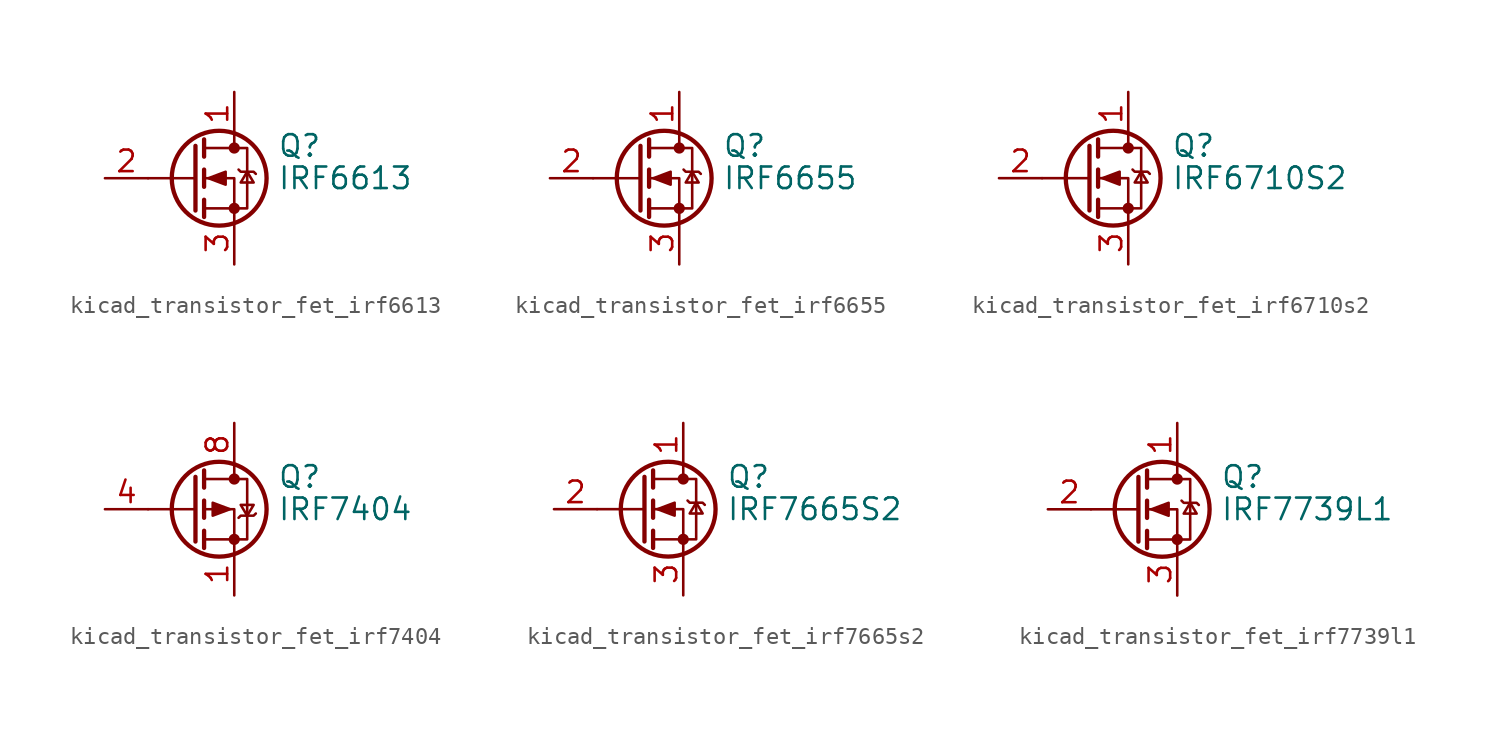
<source format=kicad_sym>
(kicad_symbol_lib
  (version 20220914)
  (generator kicad_symbol_editor)
  (symbol "kicad_transistor_fet_irf6613"
    (pin_names hide)
    (property "Reference" "Q"
      (at 5.08 1.905 0)
      (effects (font (size 1.27 1.27)) (justify left)))
    (property "Value" "IRF6613"
      (at 5.08 0 0)
      (effects (font (size 1.27 1.27)) (justify left)))
    (symbol "kicad_transistor_fet_irf6613_0_1"
      (polyline (pts (xy 0.254 0) (xy -2.54 0)) (stroke (width 0) (type default)) (fill (type none)))
      (polyline (pts (xy 0.254 1.905) (xy 0.254 -1.905)) (stroke (width 0.254) (type default)) (fill (type none)))
      (polyline (pts (xy 0.762 -1.27) (xy 0.762 -2.286)) (stroke (width 0.254) (type default)) (fill (type none)))
      (polyline (pts (xy 0.762 0.508) (xy 0.762 -0.508)) (stroke (width 0.254) (type default)) (fill (type none)))
      (polyline (pts (xy 0.762 2.286) (xy 0.762 1.27)) (stroke (width 0.254) (type default)) (fill (type none)))
      (polyline (pts (xy 2.54 2.54) (xy 2.54 1.778)) (stroke (width 0) (type default)) (fill (type none)))
      (polyline (pts (xy 2.54 -2.54) (xy 2.54 0) (xy 0.762 0)) (stroke (width 0) (type default)) (fill (type none)))
      (polyline (pts (xy 0.762 -1.778) (xy 3.302 -1.778) (xy 3.302 1.778) (xy 0.762 1.778)) (stroke (width 0) (type default)) (fill (type none)))
      (polyline (pts (xy 1.016 0) (xy 2.032 0.381) (xy 2.032 -0.381) (xy 1.016 0)) (stroke (width 0) (type default)) (fill (type outline)))
      (polyline (pts (xy 2.794 0.508) (xy 2.921 0.381) (xy 3.683 0.381) (xy 3.81 0.254)) (stroke (width 0) (type default)) (fill (type none)))
      (polyline (pts (xy 3.302 0.381) (xy 2.921 -0.254) (xy 3.683 -0.254) (xy 3.302 0.381)) (stroke (width 0) (type default)) (fill (type none)))
      (circle (center 1.651 0) (radius 2.794) (stroke (width 0.254) (type default)) (fill (type none)))
      (circle (center 2.54 -1.778) (radius 0.254) (stroke (width 0) (type default)) (fill (type outline)))
      (circle (center 2.54 1.778) (radius 0.254) (stroke (width 0) (type default)) (fill (type outline))))
    (symbol "kicad_transistor_fet_irf6613_1_1"
      (pin passive line (at 2.54 5.08 270) (length 2.54) (name "D" (effects (font (size 1.27 1.27)))) (number "1" (effects (font (size 1.27 1.27)))))
      (pin input line (at -5.08 0 0) (length 2.54) (name "G" (effects (font (size 1.27 1.27)))) (number "2" (effects (font (size 1.27 1.27)))))
      (pin passive line (at 2.54 -5.08 90) (length 2.54) (name "S" (effects (font (size 1.27 1.27)))) (number "3" (effects (font (size 1.27 1.27)))))))
  (symbol "kicad_transistor_fet_irf6655"
    (pin_names hide)
    (property "Reference" "Q"
      (at 5.08 1.905 0)
      (effects (font (size 1.27 1.27)) (justify left)))
    (property "Value" "IRF6655"
      (at 5.08 0 0)
      (effects (font (size 1.27 1.27)) (justify left)))
    (symbol "kicad_transistor_fet_irf6655_0_1"
      (polyline (pts (xy 0.254 0) (xy -2.54 0)) (stroke (width 0) (type default)) (fill (type none)))
      (polyline (pts (xy 0.254 1.905) (xy 0.254 -1.905)) (stroke (width 0.254) (type default)) (fill (type none)))
      (polyline (pts (xy 0.762 -1.27) (xy 0.762 -2.286)) (stroke (width 0.254) (type default)) (fill (type none)))
      (polyline (pts (xy 0.762 0.508) (xy 0.762 -0.508)) (stroke (width 0.254) (type default)) (fill (type none)))
      (polyline (pts (xy 0.762 2.286) (xy 0.762 1.27)) (stroke (width 0.254) (type default)) (fill (type none)))
      (polyline (pts (xy 2.54 2.54) (xy 2.54 1.778)) (stroke (width 0) (type default)) (fill (type none)))
      (polyline (pts (xy 2.54 -2.54) (xy 2.54 0) (xy 0.762 0)) (stroke (width 0) (type default)) (fill (type none)))
      (polyline (pts (xy 0.762 -1.778) (xy 3.302 -1.778) (xy 3.302 1.778) (xy 0.762 1.778)) (stroke (width 0) (type default)) (fill (type none)))
      (polyline (pts (xy 1.016 0) (xy 2.032 0.381) (xy 2.032 -0.381) (xy 1.016 0)) (stroke (width 0) (type default)) (fill (type outline)))
      (polyline (pts (xy 2.794 0.508) (xy 2.921 0.381) (xy 3.683 0.381) (xy 3.81 0.254)) (stroke (width 0) (type default)) (fill (type none)))
      (polyline (pts (xy 3.302 0.381) (xy 2.921 -0.254) (xy 3.683 -0.254) (xy 3.302 0.381)) (stroke (width 0) (type default)) (fill (type none)))
      (circle (center 1.651 0) (radius 2.794) (stroke (width 0.254) (type default)) (fill (type none)))
      (circle (center 2.54 -1.778) (radius 0.254) (stroke (width 0) (type default)) (fill (type outline)))
      (circle (center 2.54 1.778) (radius 0.254) (stroke (width 0) (type default)) (fill (type outline))))
    (symbol "kicad_transistor_fet_irf6655_1_1"
      (pin passive line (at 2.54 5.08 270) (length 2.54) (name "D" (effects (font (size 1.27 1.27)))) (number "1" (effects (font (size 1.27 1.27)))))
      (pin input line (at -5.08 0 0) (length 2.54) (name "G" (effects (font (size 1.27 1.27)))) (number "2" (effects (font (size 1.27 1.27)))))
      (pin passive line (at 2.54 -5.08 90) (length 2.54) (name "S" (effects (font (size 1.27 1.27)))) (number "3" (effects (font (size 1.27 1.27)))))))
  (symbol "kicad_transistor_fet_irf6710s2"
    (pin_names hide)
    (property "Reference" "Q"
      (at 5.08 1.905 0)
      (effects (font (size 1.27 1.27)) (justify left)))
    (property "Value" "IRF6710S2"
      (at 5.08 0 0)
      (effects (font (size 1.27 1.27)) (justify left)))
    (symbol "kicad_transistor_fet_irf6710s2_0_1"
      (polyline (pts (xy 0.254 0) (xy -2.54 0)) (stroke (width 0) (type default)) (fill (type none)))
      (polyline (pts (xy 0.254 1.905) (xy 0.254 -1.905)) (stroke (width 0.254) (type default)) (fill (type none)))
      (polyline (pts (xy 0.762 -1.27) (xy 0.762 -2.286)) (stroke (width 0.254) (type default)) (fill (type none)))
      (polyline (pts (xy 0.762 0.508) (xy 0.762 -0.508)) (stroke (width 0.254) (type default)) (fill (type none)))
      (polyline (pts (xy 0.762 2.286) (xy 0.762 1.27)) (stroke (width 0.254) (type default)) (fill (type none)))
      (polyline (pts (xy 2.54 2.54) (xy 2.54 1.778)) (stroke (width 0) (type default)) (fill (type none)))
      (polyline (pts (xy 2.54 -2.54) (xy 2.54 0) (xy 0.762 0)) (stroke (width 0) (type default)) (fill (type none)))
      (polyline (pts (xy 0.762 -1.778) (xy 3.302 -1.778) (xy 3.302 1.778) (xy 0.762 1.778)) (stroke (width 0) (type default)) (fill (type none)))
      (polyline (pts (xy 1.016 0) (xy 2.032 0.381) (xy 2.032 -0.381) (xy 1.016 0)) (stroke (width 0) (type default)) (fill (type outline)))
      (polyline (pts (xy 2.794 0.508) (xy 2.921 0.381) (xy 3.683 0.381) (xy 3.81 0.254)) (stroke (width 0) (type default)) (fill (type none)))
      (polyline (pts (xy 3.302 0.381) (xy 2.921 -0.254) (xy 3.683 -0.254) (xy 3.302 0.381)) (stroke (width 0) (type default)) (fill (type none)))
      (circle (center 1.651 0) (radius 2.794) (stroke (width 0.254) (type default)) (fill (type none)))
      (circle (center 2.54 -1.778) (radius 0.254) (stroke (width 0) (type default)) (fill (type outline)))
      (circle (center 2.54 1.778) (radius 0.254) (stroke (width 0) (type default)) (fill (type outline))))
    (symbol "kicad_transistor_fet_irf6710s2_1_1"
      (pin passive line (at 2.54 5.08 270) (length 2.54) (name "D" (effects (font (size 1.27 1.27)))) (number "1" (effects (font (size 1.27 1.27)))))
      (pin input line (at -5.08 0 0) (length 2.54) (name "G" (effects (font (size 1.27 1.27)))) (number "2" (effects (font (size 1.27 1.27)))))
      (pin passive line (at 2.54 -5.08 90) (length 2.54) (name "S" (effects (font (size 1.27 1.27)))) (number "3" (effects (font (size 1.27 1.27)))))))
  (symbol "kicad_transistor_fet_irf7404"
    (pin_names hide)
    (property "Reference" "Q"
      (at 5.08 1.905 0)
      (effects (font (size 1.27 1.27)) (justify left)))
    (property "Value" "IRF7404"
      (at 5.08 0 0)
      (effects (font (size 1.27 1.27)) (justify left)))
    (symbol "kicad_transistor_fet_irf7404_0_1"
      (polyline (pts (xy 0.254 0) (xy -2.54 0)) (stroke (width 0) (type default)) (fill (type none)))
      (polyline (pts (xy 0.254 1.905) (xy 0.254 -1.905)) (stroke (width 0.254) (type default)) (fill (type none)))
      (polyline (pts (xy 0.762 -1.27) (xy 0.762 -2.286)) (stroke (width 0.254) (type default)) (fill (type none)))
      (polyline (pts (xy 0.762 0.508) (xy 0.762 -0.508)) (stroke (width 0.254) (type default)) (fill (type none)))
      (polyline (pts (xy 0.762 2.286) (xy 0.762 1.27)) (stroke (width 0.254) (type default)) (fill (type none)))
      (polyline (pts (xy 2.54 2.54) (xy 2.54 1.778)) (stroke (width 0) (type default)) (fill (type none)))
      (polyline (pts (xy 2.54 -2.54) (xy 2.54 0) (xy 0.762 0)) (stroke (width 0) (type default)) (fill (type none)))
      (polyline (pts (xy 0.762 1.778) (xy 3.302 1.778) (xy 3.302 -1.778) (xy 0.762 -1.778)) (stroke (width 0) (type default)) (fill (type none)))
      (polyline (pts (xy 2.286 0) (xy 1.27 0.381) (xy 1.27 -0.381) (xy 2.286 0)) (stroke (width 0) (type default)) (fill (type outline)))
      (polyline (pts (xy 2.794 -0.508) (xy 2.921 -0.381) (xy 3.683 -0.381) (xy 3.81 -0.254)) (stroke (width 0) (type default)) (fill (type none)))
      (polyline (pts (xy 3.302 -0.381) (xy 2.921 0.254) (xy 3.683 0.254) (xy 3.302 -0.381)) (stroke (width 0) (type default)) (fill (type none)))
      (circle (center 1.651 0) (radius 2.794) (stroke (width 0.254) (type default)) (fill (type none)))
      (circle (center 2.54 -1.778) (radius 0.254) (stroke (width 0) (type default)) (fill (type outline)))
      (circle (center 2.54 1.778) (radius 0.254) (stroke (width 0) (type default)) (fill (type outline))))
    (symbol "kicad_transistor_fet_irf7404_1_1"
      (pin passive line (at 2.54 -5.08 90) (length 2.54) (name "S" (effects (font (size 1.27 1.27)))) (number "1" (effects (font (size 1.27 1.27)))))
      (pin passive line (at 2.54 -5.08 90) (length 2.54) hide (name "S" (effects (font (size 1.27 1.27)))) (number "2" (effects (font (size 1.27 1.27)))))
      (pin passive line (at 2.54 -5.08 90) (length 2.54) hide (name "S" (effects (font (size 1.27 1.27)))) (number "3" (effects (font (size 1.27 1.27)))))
      (pin passive line (at -5.08 0 0) (length 2.54) (name "G" (effects (font (size 1.27 1.27)))) (number "4" (effects (font (size 1.27 1.27)))))
      (pin passive line (at 2.54 5.08 270) (length 2.54) hide (name "D" (effects (font (size 1.27 1.27)))) (number "5" (effects (font (size 1.27 1.27)))))
      (pin passive line (at 2.54 5.08 270) (length 2.54) hide (name "D" (effects (font (size 1.27 1.27)))) (number "6" (effects (font (size 1.27 1.27)))))
      (pin passive line (at 2.54 5.08 270) (length 2.54) hide (name "D" (effects (font (size 1.27 1.27)))) (number "7" (effects (font (size 1.27 1.27)))))
      (pin passive line (at 2.54 5.08 270) (length 2.54) (name "D" (effects (font (size 1.27 1.27)))) (number "8" (effects (font (size 1.27 1.27)))))))
  (symbol "kicad_transistor_fet_irf7665s2"
    (pin_names hide)
    (property "Reference" "Q"
      (at 5.08 1.905 0)
      (effects (font (size 1.27 1.27)) (justify left)))
    (property "Value" "IRF7665S2"
      (at 5.08 0 0)
      (effects (font (size 1.27 1.27)) (justify left)))
    (symbol "kicad_transistor_fet_irf7665s2_0_1"
      (polyline (pts (xy 0.254 0) (xy -2.54 0)) (stroke (width 0) (type default)) (fill (type none)))
      (polyline (pts (xy 0.254 1.905) (xy 0.254 -1.905)) (stroke (width 0.254) (type default)) (fill (type none)))
      (polyline (pts (xy 0.762 -1.27) (xy 0.762 -2.286)) (stroke (width 0.254) (type default)) (fill (type none)))
      (polyline (pts (xy 0.762 0.508) (xy 0.762 -0.508)) (stroke (width 0.254) (type default)) (fill (type none)))
      (polyline (pts (xy 0.762 2.286) (xy 0.762 1.27)) (stroke (width 0.254) (type default)) (fill (type none)))
      (polyline (pts (xy 2.54 2.54) (xy 2.54 1.778)) (stroke (width 0) (type default)) (fill (type none)))
      (polyline (pts (xy 2.54 -2.54) (xy 2.54 0) (xy 0.762 0)) (stroke (width 0) (type default)) (fill (type none)))
      (polyline (pts (xy 0.762 -1.778) (xy 3.302 -1.778) (xy 3.302 1.778) (xy 0.762 1.778)) (stroke (width 0) (type default)) (fill (type none)))
      (polyline (pts (xy 1.016 0) (xy 2.032 0.381) (xy 2.032 -0.381) (xy 1.016 0)) (stroke (width 0) (type default)) (fill (type outline)))
      (polyline (pts (xy 2.794 0.508) (xy 2.921 0.381) (xy 3.683 0.381) (xy 3.81 0.254)) (stroke (width 0) (type default)) (fill (type none)))
      (polyline (pts (xy 3.302 0.381) (xy 2.921 -0.254) (xy 3.683 -0.254) (xy 3.302 0.381)) (stroke (width 0) (type default)) (fill (type none)))
      (circle (center 1.651 0) (radius 2.794) (stroke (width 0.254) (type default)) (fill (type none)))
      (circle (center 2.54 -1.778) (radius 0.254) (stroke (width 0) (type default)) (fill (type outline)))
      (circle (center 2.54 1.778) (radius 0.254) (stroke (width 0) (type default)) (fill (type outline))))
    (symbol "kicad_transistor_fet_irf7665s2_1_1"
      (pin passive line (at 2.54 5.08 270) (length 2.54) (name "D" (effects (font (size 1.27 1.27)))) (number "1" (effects (font (size 1.27 1.27)))))
      (pin input line (at -5.08 0 0) (length 2.54) (name "G" (effects (font (size 1.27 1.27)))) (number "2" (effects (font (size 1.27 1.27)))))
      (pin passive line (at 2.54 -5.08 90) (length 2.54) (name "S" (effects (font (size 1.27 1.27)))) (number "3" (effects (font (size 1.27 1.27)))))))
  (symbol "kicad_transistor_fet_irf7739l1"
    (pin_names hide)
    (property "Reference" "Q"
      (at 5.08 1.905 0)
      (effects (font (size 1.27 1.27)) (justify left)))
    (property "Value" "IRF7739L1"
      (at 5.08 0 0)
      (effects (font (size 1.27 1.27)) (justify left)))
    (symbol "kicad_transistor_fet_irf7739l1_0_1"
      (polyline (pts (xy 0.254 0) (xy -2.54 0)) (stroke (width 0) (type default)) (fill (type none)))
      (polyline (pts (xy 0.254 1.905) (xy 0.254 -1.905)) (stroke (width 0.254) (type default)) (fill (type none)))
      (polyline (pts (xy 0.762 -1.27) (xy 0.762 -2.286)) (stroke (width 0.254) (type default)) (fill (type none)))
      (polyline (pts (xy 0.762 0.508) (xy 0.762 -0.508)) (stroke (width 0.254) (type default)) (fill (type none)))
      (polyline (pts (xy 0.762 2.286) (xy 0.762 1.27)) (stroke (width 0.254) (type default)) (fill (type none)))
      (polyline (pts (xy 2.54 2.54) (xy 2.54 1.778)) (stroke (width 0) (type default)) (fill (type none)))
      (polyline (pts (xy 2.54 -2.54) (xy 2.54 0) (xy 0.762 0)) (stroke (width 0) (type default)) (fill (type none)))
      (polyline (pts (xy 0.762 -1.778) (xy 3.302 -1.778) (xy 3.302 1.778) (xy 0.762 1.778)) (stroke (width 0) (type default)) (fill (type none)))
      (polyline (pts (xy 1.016 0) (xy 2.032 0.381) (xy 2.032 -0.381) (xy 1.016 0)) (stroke (width 0) (type default)) (fill (type outline)))
      (polyline (pts (xy 2.794 0.508) (xy 2.921 0.381) (xy 3.683 0.381) (xy 3.81 0.254)) (stroke (width 0) (type default)) (fill (type none)))
      (polyline (pts (xy 3.302 0.381) (xy 2.921 -0.254) (xy 3.683 -0.254) (xy 3.302 0.381)) (stroke (width 0) (type default)) (fill (type none)))
      (circle (center 1.651 0) (radius 2.794) (stroke (width 0.254) (type default)) (fill (type none)))
      (circle (center 2.54 -1.778) (radius 0.254) (stroke (width 0) (type default)) (fill (type outline)))
      (circle (center 2.54 1.778) (radius 0.254) (stroke (width 0) (type default)) (fill (type outline))))
    (symbol "kicad_transistor_fet_irf7739l1_1_1"
      (pin passive line (at 2.54 5.08 270) (length 2.54) (name "D" (effects (font (size 1.27 1.27)))) (number "1" (effects (font (size 1.27 1.27)))))
      (pin input line (at -5.08 0 0) (length 2.54) (name "G" (effects (font (size 1.27 1.27)))) (number "2" (effects (font (size 1.27 1.27)))))
      (pin passive line (at 2.54 -5.08 90) (length 2.54) (name "S" (effects (font (size 1.27 1.27)))) (number "3" (effects (font (size 1.27 1.27))))))))
</source>
